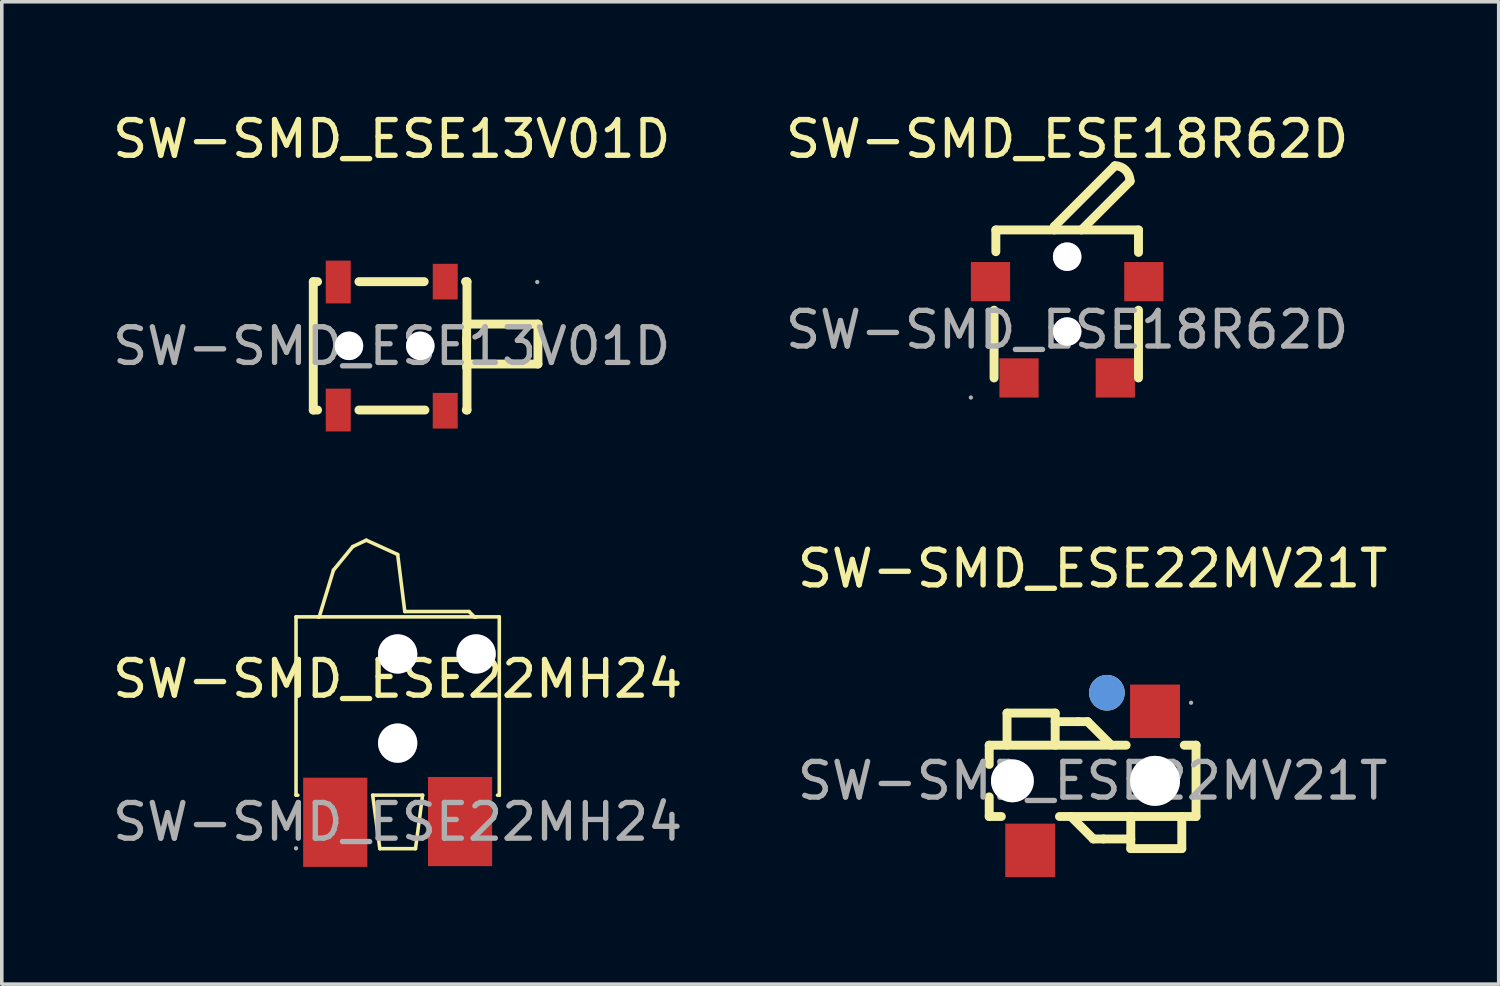
<source format=kicad_pcb>
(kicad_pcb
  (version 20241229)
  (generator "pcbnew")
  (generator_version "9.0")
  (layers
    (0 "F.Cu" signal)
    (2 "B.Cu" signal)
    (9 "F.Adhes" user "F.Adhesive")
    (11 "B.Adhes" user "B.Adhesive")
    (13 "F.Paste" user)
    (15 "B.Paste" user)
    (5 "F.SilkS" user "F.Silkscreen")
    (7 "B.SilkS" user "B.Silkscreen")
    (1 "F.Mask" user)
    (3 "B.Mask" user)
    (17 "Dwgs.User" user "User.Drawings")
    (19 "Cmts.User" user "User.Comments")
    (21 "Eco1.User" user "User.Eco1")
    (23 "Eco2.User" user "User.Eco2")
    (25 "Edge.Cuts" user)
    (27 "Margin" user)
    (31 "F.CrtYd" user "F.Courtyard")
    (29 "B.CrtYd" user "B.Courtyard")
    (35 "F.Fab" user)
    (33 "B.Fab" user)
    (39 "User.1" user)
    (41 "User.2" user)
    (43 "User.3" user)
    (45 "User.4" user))
  (footprint "SW-SMD_ESE22MV21T"
    (layer "F.Cu")
    (at 27.589 18.846)
    (property "Reference" "SW-SMD_ESE22MV21T" (at 0 -5.95 0) (layer "F.SilkS") (effects (font (size 1 1) (thickness 0.15))))
    (attr through_hole)
    (fp_line (start -2.9 -1) (end -2.9 -0.46) (stroke (width 0.25) (type solid)) (layer "F.SilkS"))
    (fp_line (start -2.9 -1) (end 0.94 -1) (stroke (width 0.25) (type solid)) (layer "F.SilkS"))
    (fp_line (start -2.9 0.45) (end -2.9 1) (stroke (width 0.25) (type solid)) (layer "F.SilkS"))
    (fp_line (start -2.56 1) (end -2.9 1) (stroke (width 0.25) (type solid)) (layer "F.SilkS"))
    (fp_line (start -2.4 -1.9) (end -1.05 -1.9) (stroke (width 0.25) (type solid)) (layer "F.SilkS"))
    (fp_line (start -2.4 -1) (end -2.4 -1.9) (stroke (width 0.25) (type solid)) (layer "F.SilkS"))
    (fp_line (start -1.05 -1.9) (end -1.05 -1) (stroke (width 0.25) (type solid)) (layer "F.SilkS"))
    (fp_line (start -1.05 -1.66) (end -0.4 -1.66) (stroke (width 0.25) (type solid)) (layer "F.SilkS"))
    (fp_line (start -0.4 -1.66) (end -0.14 -1.66) (stroke (width 0.25) (type solid)) (layer "F.SilkS"))
    (fp_line (start -0.14 -1.66) (end 0.52 -1) (stroke (width 0.25) (type solid)) (layer "F.SilkS"))
    (fp_line (start 0.02 1.63) (end -0.61 1) (stroke (width 0.25) (type solid)) (layer "F.SilkS"))
    (fp_line (start 0.3 1.63) (end 0.02 1.63) (stroke (width 0.25) (type solid)) (layer "F.SilkS"))
    (fp_line (start 1.07 1) (end 1.07 1.9) (stroke (width 0.25) (type solid)) (layer "F.SilkS"))
    (fp_line (start 1.07 1.63) (end 0.3 1.63) (stroke (width 0.25) (type solid)) (layer "F.SilkS"))
    (fp_line (start 1.07 1.9) (end 2.5 1.9) (stroke (width 0.25) (type solid)) (layer "F.SilkS"))
    (fp_line (start 2.5 1.9) (end 2.5 1) (stroke (width 0.25) (type solid)) (layer "F.SilkS"))
    (fp_line (start 2.57 -1) (end 2.9 -1) (stroke (width 0.25) (type solid)) (layer "F.SilkS"))
    (fp_line (start 2.9 -1) (end 2.9 1) (stroke (width 0.25) (type solid)) (layer "F.SilkS"))
    (fp_line (start 2.9 1) (end -0.93 1) (stroke (width 0.25) (type solid)) (layer "F.SilkS"))
    (fp_circle (center 0.4 -2.47) (end 0.65 -2.47) (stroke (width 0.5) (type solid)) (fill no) (layer "F.SilkS"))
    (fp_circle (center -2.25 0) (end -2 0) (stroke (width 0.5) (type solid)) (fill no) (layer "Cmts.User"))
    (fp_circle (center 0.4 -2.47) (end 0.65 -2.47) (stroke (width 0.5) (type solid)) (fill no) (layer "Cmts.User"))
    (fp_circle (center 1.75 0) (end 2.05 0) (stroke (width 0.6) (type solid)) (fill no) (layer "Cmts.User"))
    (fp_circle (center 2.76 -2.19) (end 2.79 -2.19) (stroke (width 0.06) (type solid)) (fill no) (layer "F.Fab"))
    (fp_text user "${REFERENCE}" (at 0 0 0) (layer "F.Fab") (effects (font (size 1 1) (thickness 0.15))))
    (pad "" thru_hole circle (at -2.25 0) (size 1.2 1.2) (drill 1.2) (layers "*.Cu" "*.Mask"))
    (pad "" thru_hole circle (at 1.75 0) (size 1.4 1.4) (drill 1.4) (layers "*.Cu" "*.Mask"))
    (pad "1" smd rect (at 1.75 -1.95 90) (size 1.5 1.4) (layers "F.Cu" "F.Mask" "F.Paste"))
    (pad "2" smd rect (at -1.75 1.95 90) (size 1.5 1.4) (layers "F.Cu" "F.Mask" "F.Paste")))
  (footprint "SW-SMD_ESE18R62D"
    (layer "F.Cu")
    (at 26.875 6.198)
    (property "Reference" "SW-SMD_ESE18R62D" (at 0 -5.35 0) (layer "F.SilkS") (effects (font (size 1 1) (thickness 0.15))))
    (attr through_hole)
    (fp_line (start -2.05 -0.55) (end -2.05 1.35) (stroke (width 0.25) (type solid)) (layer "F.SilkS"))
    (fp_line (start -2 -2.8) (end -2 -2.19) (stroke (width 0.25) (type solid)) (layer "F.SilkS"))
    (fp_line (start -2 -2.8) (end 2 -2.8) (stroke (width 0.25) (type solid)) (layer "F.SilkS"))
    (fp_line (start -0.36 -2.9) (end 1.34 -4.6) (stroke (width 0.25) (type solid)) (layer "F.SilkS"))
    (fp_line (start -0.36 -2.8) (end -0.36 -2.9) (stroke (width 0.25) (type solid)) (layer "F.SilkS"))
    (fp_line (start 0.4 -2.8) (end 1.76 -4.16) (stroke (width 0.25) (type solid)) (layer "F.SilkS"))
    (fp_line (start 1.76 -4.18) (end 1.76 -4.16) (stroke (width 0.25) (type solid)) (layer "F.SilkS"))
    (fp_line (start 1.76 -4.16) (end 1.76 -4.18) (stroke (width 0.25) (type solid)) (layer "F.SilkS"))
    (fp_line (start 2 -2.8) (end 2 -2.17) (stroke (width 0.25) (type solid)) (layer "F.SilkS"))
    (fp_line (start 2 -0.55) (end 2 1.35) (stroke (width 0.25) (type solid)) (layer "F.SilkS"))
    (fp_arc (start 1.34 -4.6) (mid 1.636985 -4.476985) (end 1.76 -4.18) (stroke (width 0.25) (type solid)) (layer "F.SilkS"))
    (fp_circle (center -2.7 1.9) (end -2.67 1.9) (stroke (width 0.06) (type solid)) (fill no) (layer "F.Fab"))
    (fp_circle (center 0 -2.05) (end 0.15 -2.05) (stroke (width 0.3) (type solid)) (fill no) (layer "F.Fab"))
    (fp_circle (center 0 0.05) (end 0.15 0.05) (stroke (width 0.3) (type solid)) (fill no) (layer "F.Fab"))
    (fp_text user "${REFERENCE}" (at 0 0 0) (layer "F.Fab") (effects (font (size 1 1) (thickness 0.15))))
    (pad "" thru_hole circle (at 0 -2.05) (size 0.8 0.8) (drill 0.8) (layers "*.Cu" "*.Mask"))
    (pad "" thru_hole circle (at 0 0.05) (size 0.8 0.8) (drill 0.8) (layers "*.Cu" "*.Mask"))
    (pad "1" smd rect (at -1.35 1.35) (size 1.1 1.1) (layers "F.Cu" "F.Mask" "F.Paste"))
    (pad "2" smd rect (at 1.35 1.35) (size 1.1 1.1) (layers "F.Cu" "F.Mask" "F.Paste"))
    (pad "3" smd rect (at -2.15 -1.35) (size 1.1 1.1) (layers "F.Cu" "F.Mask" "F.Paste"))
    (pad "4" smd rect (at 2.15 -1.35) (size 1.1 1.1) (layers "F.Cu" "F.Mask" "F.Paste")))
  (footprint "SW-SMD_ESE22MH24"
    (layer "F.Cu")
    (at 8.101 19.998)
    (property "Reference" "SW-SMD_ESE22MH24" (at 0 -4.01 0) (layer "F.SilkS") (effects (font (size 1 1) (thickness 0.15))))
    (attr through_hole)
    (fp_line (start -2.85 -5.75) (end -2.85 -0.75) (stroke (width 0.1) (type solid)) (layer "F.SilkS"))
    (fp_line (start -2.85 -0.75) (end -2.8 -0.75) (stroke (width 0.1) (type solid)) (layer "F.SilkS"))
    (fp_line (start -2.2 -5.75) (end -2.85 -5.75) (stroke (width 0.1) (type solid)) (layer "F.SilkS"))
    (fp_line (start -1.8 -7.06) (end -2.2 -5.75) (stroke (width 0.1) (type solid)) (layer "F.SilkS"))
    (fp_line (start -1.26 -7.72) (end -1.8 -7.06) (stroke (width 0.1) (type solid)) (layer "F.SilkS"))
    (fp_line (start -0.88 -7.9) (end -1.26 -7.72) (stroke (width 0.1) (type solid)) (layer "F.SilkS"))
    (fp_line (start -0.7 -0.75) (end -0.5 0.75) (stroke (width 0.1) (type solid)) (layer "F.SilkS"))
    (fp_line (start -0.7 -0.75) (end 0.7 -0.75) (stroke (width 0.1) (type solid)) (layer "F.SilkS"))
    (fp_line (start -0.5 0.75) (end 0.5 0.75) (stroke (width 0.1) (type solid)) (layer "F.SilkS"))
    (fp_line (start 0 -7.5) (end -0.88 -7.9) (stroke (width 0.1) (type solid)) (layer "F.SilkS"))
    (fp_line (start 0.2 -5.9) (end 0 -7.5) (stroke (width 0.1) (type solid)) (layer "F.SilkS"))
    (fp_line (start 0.5 0.75) (end 0.7 -0.75) (stroke (width 0.1) (type solid)) (layer "F.SilkS"))
    (fp_line (start 2 -5.9) (end 0.2 -5.9) (stroke (width 0.1) (type solid)) (layer "F.SilkS"))
    (fp_line (start 2.15 -5.75) (end 2 -5.9) (stroke (width 0.1) (type solid)) (layer "F.SilkS"))
    (fp_line (start 2.2 -5.75) (end -2.24 -5.75) (stroke (width 0.1) (type solid)) (layer "F.SilkS"))
    (fp_line (start 2.2 -5.75) (end 2.15 -5.75) (stroke (width 0.1) (type solid)) (layer "F.SilkS"))
    (fp_line (start 2.8 -0.75) (end 2.85 -0.75) (stroke (width 0.1) (type solid)) (layer "F.SilkS"))
    (fp_line (start 2.85 -5.75) (end 2.2 -5.75) (stroke (width 0.1) (type solid)) (layer "F.SilkS"))
    (fp_line (start 2.85 -0.75) (end 2.85 -5.75) (stroke (width 0.1) (type solid)) (layer "F.SilkS"))
    (fp_circle (center 0 -4.71) (end 0.25 -4.71) (stroke (width 0.5) (type solid)) (fill no) (layer "Cmts.User"))
    (fp_circle (center 2.2 -4.7) (end 2.38 -4.7) (stroke (width 0.35) (type solid)) (fill no) (layer "Cmts.User"))
    (fp_circle (center -2.85 0.74) (end -2.82 0.74) (stroke (width 0.06) (type solid)) (fill no) (layer "F.Fab"))
    (fp_text user "${REFERENCE}" (at 0 0 0) (layer "F.Fab") (effects (font (size 1 1) (thickness 0.15))))
    (pad "" thru_hole circle (at 0 -4.71) (size 1.1 1.1) (drill 1.1) (layers "*.Cu" "*.Mask"))
    (pad "" thru_hole circle (at 0 -2.21) (size 1.1 1.1) (drill 1.1) (layers "*.Cu" "*.Mask"))
    (pad "" thru_hole circle (at 2.2 -4.71) (size 1.1 1.1) (drill 1.1) (layers "*.Cu" "*.Mask"))
    (pad "1" smd rect (at -1.75 0.01 180) (size 1.8 2.5) (layers "F.Cu" "F.Mask" "F.Paste"))
    (pad "2" smd rect (at 1.75 -0.01 180) (size 1.8 2.5) (layers "F.Cu" "F.Mask" "F.Paste")))
  (footprint "SW-SMD_ESE13V01D"
    (layer "F.Cu")
    (at 7.935 6.658)
    (property "Reference" "SW-SMD_ESE13V01D" (at 0 -5.81 0) (layer "F.SilkS") (effects (font (size 1 1) (thickness 0.15))))
    (attr through_hole)
    (fp_line (start -2.2 -1.81) (end -2.2 1.79) (stroke (width 0.25) (type solid)) (layer "F.SilkS"))
    (fp_line (start -2.2 -1.81) (end -2.08 -1.81) (stroke (width 0.25) (type solid)) (layer "F.SilkS"))
    (fp_line (start -2.2 1.79) (end -2.08 1.79) (stroke (width 0.25) (type solid)) (layer "F.SilkS"))
    (fp_line (start -0.92 -1.81) (end 0.91 -1.81) (stroke (width 0.25) (type solid)) (layer "F.SilkS"))
    (fp_line (start -0.92 1.79) (end 0.93 1.79) (stroke (width 0.25) (type solid)) (layer "F.SilkS"))
    (fp_line (start 2.07 -1.81) (end 2.11 -1.81) (stroke (width 0.25) (type solid)) (layer "F.SilkS"))
    (fp_line (start 2.09 1.79) (end 2.11 1.79) (stroke (width 0.25) (type solid)) (layer "F.SilkS"))
    (fp_line (start 2.1 -0.61) (end 2.1 -0.11) (stroke (width 0.25) (type solid)) (layer "F.SilkS"))
    (fp_line (start 2.1 0.59) (end 2.1 -0.21) (stroke (width 0.25) (type solid)) (layer "F.SilkS"))
    (fp_line (start 2.11 -1.81) (end 2.11 -0.62) (stroke (width 0.25) (type solid)) (layer "F.SilkS"))
    (fp_line (start 2.11 -0.62) (end 4.1 -0.62) (stroke (width 0.25) (type solid)) (layer "F.SilkS"))
    (fp_line (start 2.11 0.5) (end 2.11 1.79) (stroke (width 0.25) (type solid)) (layer "F.SilkS"))
    (fp_line (start 4.1 -0.62) (end 4.1 0.5) (stroke (width 0.25) (type solid)) (layer "F.SilkS"))
    (fp_line (start 4.1 0.5) (end 2.11 0.5) (stroke (width 0.25) (type solid)) (layer "F.SilkS"))
    (fp_circle (center 4.08 -1.8) (end 4.11 -1.8) (stroke (width 0.06) (type solid)) (fill no) (layer "F.Fab"))
    (fp_text user "${REFERENCE}" (at 0 0 0) (layer "F.Fab") (effects (font (size 1 1) (thickness 0.15))))
    (pad "" thru_hole circle (at -1.2 -0.01) (size 0.8 0.8) (drill 0.8) (layers "*.Cu" "*.Mask"))
    (pad "" thru_hole circle (at 0.8 -0.01) (size 0.8 0.8) (drill 0.8) (layers "*.Cu" "*.Mask"))
    (pad "A" smd rect (at 1.5 -1.81) (size 0.7 1) (layers "F.Cu" "F.Mask" "F.Paste"))
    (pad "B" smd rect (at 1.5 1.81) (size 0.7 1) (layers "F.Cu" "F.Mask" "F.Paste"))
    (pad "C" smd rect (at -1.5 -1.8) (size 0.7 1.2) (layers "F.Cu" "F.Mask" "F.Paste"))
    (pad "D" smd rect (at -1.5 1.79) (size 0.7 1.2) (layers "F.Cu" "F.Mask" "F.Paste")))
  (gr_rect
    (start -3 -3)
    (end 38.976 24.547)
    (stroke (width 0.1) (type default))
    (fill no)
    (layer "Edge.Cuts")))
</source>
